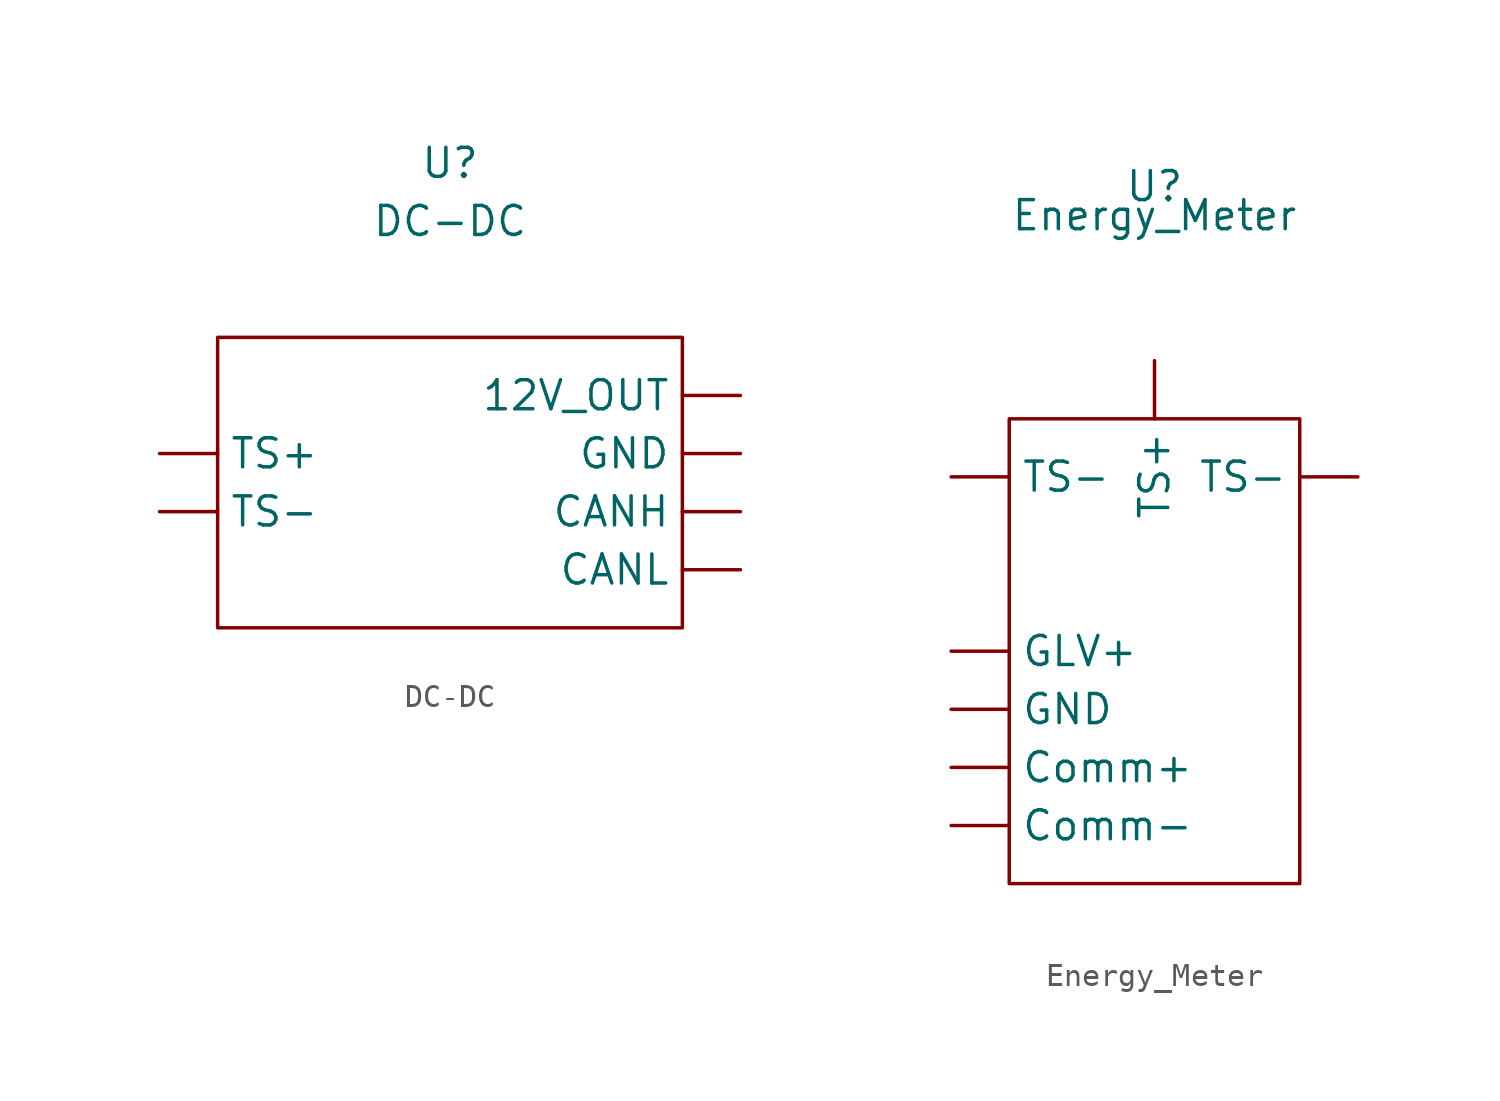
<source format=kicad_sym>
(kicad_symbol_lib
  (version 20211014)
  (generator kicad_symbol_editor)
  (symbol "DC-DC"
    (property "Reference" "U"
      (at 0 2.54 0)
      (effects (font (size 1.27 1.27))))
    (property "Value" "DC-DC"
      (at 0 0 0)
      (effects (font (size 1.27 1.27))))
    (symbol "DC-DC_0_1"
      (rectangle (start -10.16 -5.08) (end 10.16 -17.78) (stroke (width 0) (type default) (color 0 0 0 0)) (fill (type none))))
    (symbol "DC-DC_1_1"
      (pin output line (at 12.7 -7.62 180) (length 2.54) (name "12V_OUT" (effects (font (size 1.27 1.27)))) (number "" (effects (font (size 1.27 1.27)))))
      (pin output line (at 12.7 -12.7 180) (length 2.54) (name "CANH" (effects (font (size 1.27 1.27)))) (number "" (effects (font (size 1.27 1.27)))))
      (pin output line (at 12.7 -15.24 180) (length 2.54) (name "CANL" (effects (font (size 1.27 1.27)))) (number "" (effects (font (size 1.27 1.27)))))
      (pin output line (at 12.7 -10.16 180) (length 2.54) (name "GND" (effects (font (size 1.27 1.27)))) (number "" (effects (font (size 1.27 1.27)))))
      (pin input line (at -12.7 -10.16 0) (length 2.54) (name "TS+" (effects (font (size 1.27 1.27)))) (number "" (effects (font (size 1.27 1.27)))))
      (pin input line (at -12.7 -12.7 0) (length 2.54) (name "TS-" (effects (font (size 1.27 1.27)))) (number "" (effects (font (size 1.27 1.27)))))))
  (symbol "Energy_Meter"
    (property "Reference" "U"
      (at 0 11.43 0)
      (effects (font (size 1.27 1.27))))
    (property "Value" "Energy_Meter"
      (at 0 10.16 0)
      (effects (font (size 1.27 1.27))))
    (symbol "Energy_Meter_0_1"
      (rectangle (start -6.35 1.27) (end 6.35 -19.05) (stroke (width 0) (type default) (color 0 0 0 0)) (fill (type none))))
    (symbol "Energy_Meter_1_1"
      (pin bidirectional line (at -8.89 -13.97 0) (length 2.54) (name "Comm+" (effects (font (size 1.27 1.27)))) (number "" (effects (font (size 1.27 1.27)))))
      (pin bidirectional line (at -8.89 -16.51 0) (length 2.54) (name "Comm-" (effects (font (size 1.27 1.27)))) (number "" (effects (font (size 1.27 1.27)))))
      (pin bidirectional line (at -8.89 -8.89 0) (length 2.54) (name "GLV+" (effects (font (size 1.27 1.27)))) (number "" (effects (font (size 1.27 1.27)))))
      (pin bidirectional line (at -8.89 -11.43 0) (length 2.54) (name "GND" (effects (font (size 1.27 1.27)))) (number "" (effects (font (size 1.27 1.27)))))
      (pin output line (at 0 3.81 270) (length 2.54) (name "TS+" (effects (font (size 1.27 1.27)))) (number "" (effects (font (size 1.27 1.27)))))
      (pin input line (at -8.89 -1.27 0) (length 2.54) (name "TS-" (effects (font (size 1.27 1.27)))) (number "" (effects (font (size 1.27 1.27)))))
      (pin output line (at 8.89 -1.27 180) (length 2.54) (name "TS-" (effects (font (size 1.27 1.27)))) (number "" (effects (font (size 1.27 1.27))))))))
</source>
